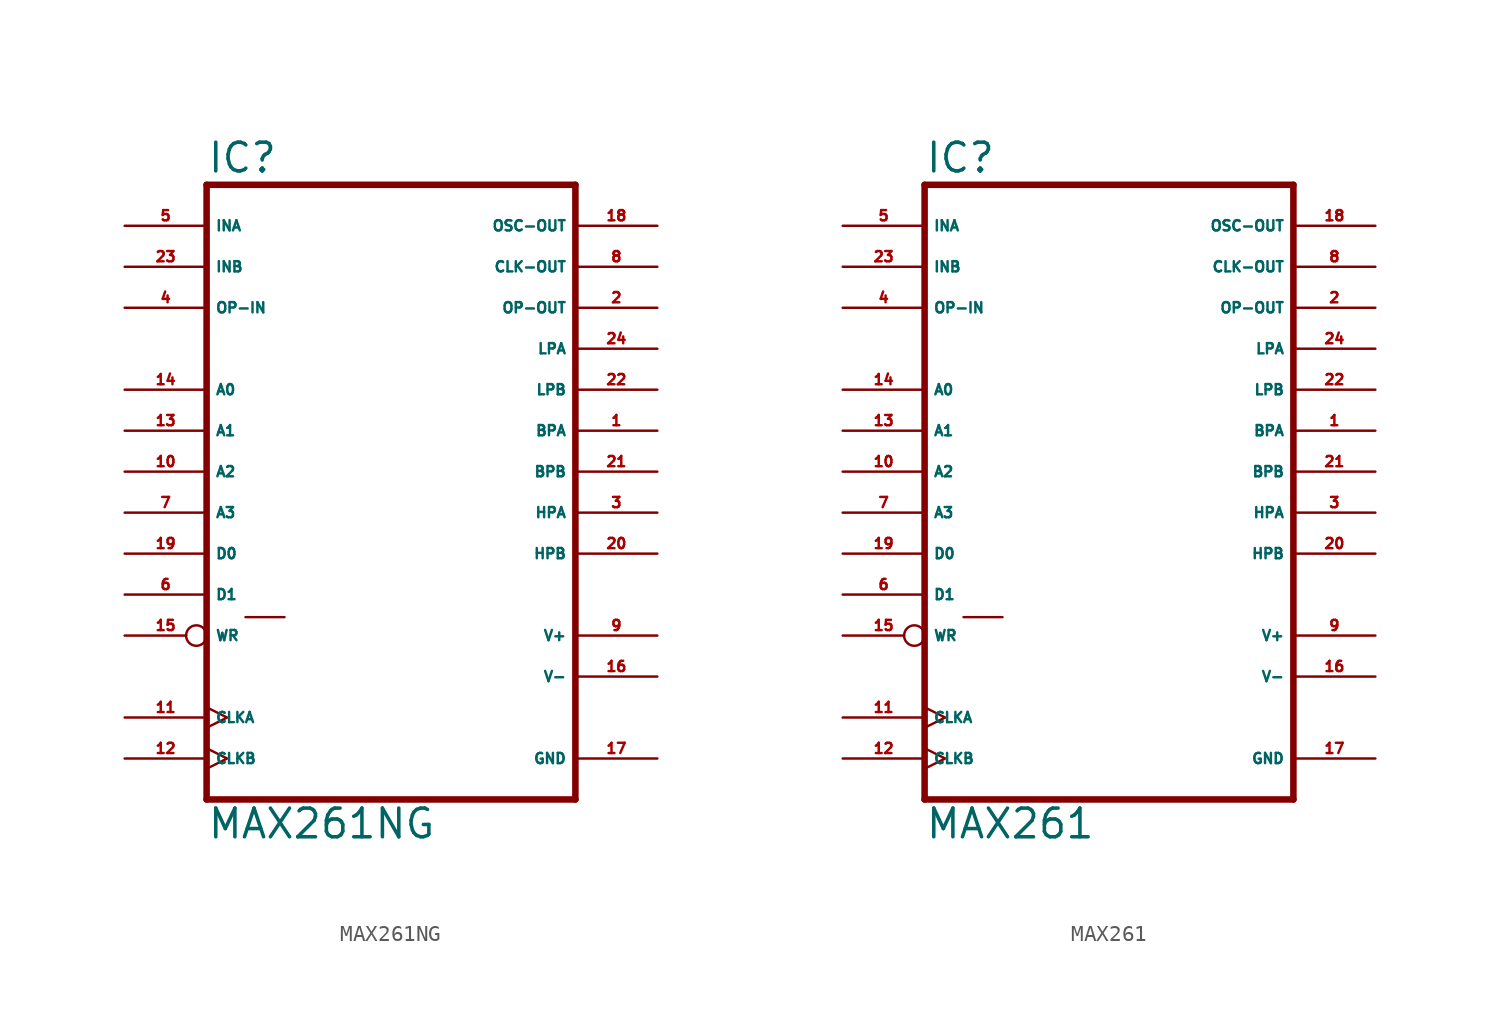
<source format=kicad_sym>
(kicad_symbol_lib
  (version 20220914)
  (generator Eagle2Kicad)
  (symbol "MAX261NG"
    (property "Reference" "IC"
      (at -12.7 18.415 0)
      (effects (font (size 1.778 1.778) (thickness 0.22)) (justify left bottom)))
    (property "Value" "MAX261NG"
      (at -12.7 -22.86 0)
      (effects (font (size 1.778 1.778) (thickness 0.22)) (justify left bottom)))
    (polyline
      (pts (xy 10.16 -20.32) (xy -12.7 -20.32))
      (stroke (width 0.406) (type default))
      (fill (type none)))
    (polyline
      (pts (xy -12.7 17.78) (xy -12.7 -20.32))
      (stroke (width 0.406) (type default))
      (fill (type none)))
    (polyline
      (pts (xy -12.7 17.78) (xy 10.16 17.78))
      (stroke (width 0.406) (type default))
      (fill (type none)))
    (polyline
      (pts (xy 10.16 -20.32) (xy 10.16 17.78))
      (stroke (width 0.406) (type default))
      (fill (type none)))
    (polyline
      (pts (xy -10.287 -9.017) (xy -7.874 -9.017))
      (stroke (width 0.152) (type default))
      (fill (type none)))
    (pin input line
      (at -17.78 15.24 0)
      (length 5.08)
      (name "INA" (effects (font (size 0.635 0.635) (thickness 0.08)) (justify left bottom)))
      (number "5" (effects (font (size 0.635 0.635) (thickness 0.08)) (justify left bottom))))
    (pin output line
      (at 15.24 -2.54 180)
      (length 5.08)
      (name "HPA" (effects (font (size 0.635 0.635) (thickness 0.08)) (justify left bottom)))
      (number "3" (effects (font (size 0.635 0.635) (thickness 0.08)) (justify left bottom))))
    (pin output line
      (at 15.24 -5.08 180)
      (length 5.08)
      (name "HPB" (effects (font (size 0.635 0.635) (thickness 0.08)) (justify left bottom)))
      (number "20" (effects (font (size 0.635 0.635) (thickness 0.08)) (justify left bottom))))
    (pin output line
      (at 15.24 0 180)
      (length 5.08)
      (name "BPB" (effects (font (size 0.635 0.635) (thickness 0.08)) (justify left bottom)))
      (number "21" (effects (font (size 0.635 0.635) (thickness 0.08)) (justify left bottom))))
    (pin output line
      (at 15.24 2.54 180)
      (length 5.08)
      (name "BPA" (effects (font (size 0.635 0.635) (thickness 0.08)) (justify left bottom)))
      (number "1" (effects (font (size 0.635 0.635) (thickness 0.08)) (justify left bottom))))
    (pin input line
      (at -17.78 -5.08 0)
      (length 5.08)
      (name "D0" (effects (font (size 0.635 0.635) (thickness 0.08)) (justify left bottom)))
      (number "19" (effects (font (size 0.635 0.635) (thickness 0.08)) (justify left bottom))))
    (pin input line
      (at -17.78 -7.62 0)
      (length 5.08)
      (name "D1" (effects (font (size 0.635 0.635) (thickness 0.08)) (justify left bottom)))
      (number "6" (effects (font (size 0.635 0.635) (thickness 0.08)) (justify left bottom))))
    (pin input line
      (at -17.78 5.08 0)
      (length 5.08)
      (name "A0" (effects (font (size 0.635 0.635) (thickness 0.08)) (justify left bottom)))
      (number "14" (effects (font (size 0.635 0.635) (thickness 0.08)) (justify left bottom))))
    (pin input line
      (at -17.78 2.54 0)
      (length 5.08)
      (name "A1" (effects (font (size 0.635 0.635) (thickness 0.08)) (justify left bottom)))
      (number "13" (effects (font (size 0.635 0.635) (thickness 0.08)) (justify left bottom))))
    (pin input line
      (at -17.78 0 0)
      (length 5.08)
      (name "A2" (effects (font (size 0.635 0.635) (thickness 0.08)) (justify left bottom)))
      (number "10" (effects (font (size 0.635 0.635) (thickness 0.08)) (justify left bottom))))
    (pin input line
      (at -17.78 -2.54 0)
      (length 5.08)
      (name "A3" (effects (font (size 0.635 0.635) (thickness 0.08)) (justify left bottom)))
      (number "7" (effects (font (size 0.635 0.635) (thickness 0.08)) (justify left bottom))))
    (pin input clock
      (at -17.78 -15.24 0)
      (length 5.08)
      (name "CLKA" (effects (font (size 0.635 0.635) (thickness 0.08)) (justify left bottom)))
      (number "11" (effects (font (size 0.635 0.635) (thickness 0.08)) (justify left bottom))))
    (pin input clock
      (at -17.78 -17.78 0)
      (length 5.08)
      (name "CLKB" (effects (font (size 0.635 0.635) (thickness 0.08)) (justify left bottom)))
      (number "12" (effects (font (size 0.635 0.635) (thickness 0.08)) (justify left bottom))))
    (pin output line
      (at 15.24 12.7 180)
      (length 5.08)
      (name "CLK-OUT" (effects (font (size 0.635 0.635) (thickness 0.08)) (justify left bottom)))
      (number "8" (effects (font (size 0.635 0.635) (thickness 0.08)) (justify left bottom))))
    (pin input inverted
      (at -17.78 -10.16 0)
      (length 5.08)
      (name "WR" (effects (font (size 0.635 0.635) (thickness 0.08)) (justify left bottom)))
      (number "15" (effects (font (size 0.635 0.635) (thickness 0.08)) (justify left bottom))))
    (pin input line
      (at 15.24 15.24 180)
      (length 5.08)
      (name "OSC-OUT" (effects (font (size 0.635 0.635) (thickness 0.08)) (justify left bottom)))
      (number "18" (effects (font (size 0.635 0.635) (thickness 0.08)) (justify left bottom))))
    (pin output line
      (at 15.24 7.62 180)
      (length 5.08)
      (name "LPA" (effects (font (size 0.635 0.635) (thickness 0.08)) (justify left bottom)))
      (number "24" (effects (font (size 0.635 0.635) (thickness 0.08)) (justify left bottom))))
    (pin output line
      (at 15.24 5.08 180)
      (length 5.08)
      (name "LPB" (effects (font (size 0.635 0.635) (thickness 0.08)) (justify left bottom)))
      (number "22" (effects (font (size 0.635 0.635) (thickness 0.08)) (justify left bottom))))
    (pin unspecified line
      (at 15.24 -10.16 180)
      (length 5.08)
      (name "V+" (effects (font (size 0.635 0.635) (thickness 0.08)) (justify left bottom)))
      (number "9" (effects (font (size 0.635 0.635) (thickness 0.08)) (justify left bottom))))
    (pin unspecified line
      (at 15.24 -12.7 180)
      (length 5.08)
      (name "V-" (effects (font (size 0.635 0.635) (thickness 0.08)) (justify left bottom)))
      (number "16" (effects (font (size 0.635 0.635) (thickness 0.08)) (justify left bottom))))
    (pin unspecified line
      (at 15.24 -17.78 180)
      (length 5.08)
      (name "GND" (effects (font (size 0.635 0.635) (thickness 0.08)) (justify left bottom)))
      (number "17" (effects (font (size 0.635 0.635) (thickness 0.08)) (justify left bottom))))
    (pin input line
      (at -17.78 12.7 0)
      (length 5.08)
      (name "INB" (effects (font (size 0.635 0.635) (thickness 0.08)) (justify left bottom)))
      (number "23" (effects (font (size 0.635 0.635) (thickness 0.08)) (justify left bottom))))
    (pin output line
      (at 15.24 10.16 180)
      (length 5.08)
      (name "OP-OUT" (effects (font (size 0.635 0.635) (thickness 0.08)) (justify left bottom)))
      (number "2" (effects (font (size 0.635 0.635) (thickness 0.08)) (justify left bottom))))
    (pin input line
      (at -17.78 10.16 0)
      (length 5.08)
      (name "OP-IN" (effects (font (size 0.635 0.635) (thickness 0.08)) (justify left bottom)))
      (number "4" (effects (font (size 0.635 0.635) (thickness 0.08)) (justify left bottom)))))
  (symbol "MAX261"
    (property "Reference" "IC"
      (at -12.7 18.415 0)
      (effects (font (size 1.778 1.778) (thickness 0.22)) (justify left bottom)))
    (property "Value" "MAX261"
      (at -12.7 -22.86 0)
      (effects (font (size 1.778 1.778) (thickness 0.22)) (justify left bottom)))
    (polyline
      (pts (xy 10.16 -20.32) (xy -12.7 -20.32))
      (stroke (width 0.406) (type default))
      (fill (type none)))
    (polyline
      (pts (xy -12.7 17.78) (xy -12.7 -20.32))
      (stroke (width 0.406) (type default))
      (fill (type none)))
    (polyline
      (pts (xy -12.7 17.78) (xy 10.16 17.78))
      (stroke (width 0.406) (type default))
      (fill (type none)))
    (polyline
      (pts (xy 10.16 -20.32) (xy 10.16 17.78))
      (stroke (width 0.406) (type default))
      (fill (type none)))
    (polyline
      (pts (xy -10.287 -9.017) (xy -7.874 -9.017))
      (stroke (width 0.152) (type default))
      (fill (type none)))
    (pin input line
      (at -17.78 15.24 0)
      (length 5.08)
      (name "INA" (effects (font (size 0.635 0.635) (thickness 0.08)) (justify left bottom)))
      (number "5" (effects (font (size 0.635 0.635) (thickness 0.08)) (justify left bottom))))
    (pin output line
      (at 15.24 -2.54 180)
      (length 5.08)
      (name "HPA" (effects (font (size 0.635 0.635) (thickness 0.08)) (justify left bottom)))
      (number "3" (effects (font (size 0.635 0.635) (thickness 0.08)) (justify left bottom))))
    (pin output line
      (at 15.24 -5.08 180)
      (length 5.08)
      (name "HPB" (effects (font (size 0.635 0.635) (thickness 0.08)) (justify left bottom)))
      (number "20" (effects (font (size 0.635 0.635) (thickness 0.08)) (justify left bottom))))
    (pin output line
      (at 15.24 0 180)
      (length 5.08)
      (name "BPB" (effects (font (size 0.635 0.635) (thickness 0.08)) (justify left bottom)))
      (number "21" (effects (font (size 0.635 0.635) (thickness 0.08)) (justify left bottom))))
    (pin output line
      (at 15.24 2.54 180)
      (length 5.08)
      (name "BPA" (effects (font (size 0.635 0.635) (thickness 0.08)) (justify left bottom)))
      (number "1" (effects (font (size 0.635 0.635) (thickness 0.08)) (justify left bottom))))
    (pin input line
      (at -17.78 -5.08 0)
      (length 5.08)
      (name "D0" (effects (font (size 0.635 0.635) (thickness 0.08)) (justify left bottom)))
      (number "19" (effects (font (size 0.635 0.635) (thickness 0.08)) (justify left bottom))))
    (pin input line
      (at -17.78 -7.62 0)
      (length 5.08)
      (name "D1" (effects (font (size 0.635 0.635) (thickness 0.08)) (justify left bottom)))
      (number "6" (effects (font (size 0.635 0.635) (thickness 0.08)) (justify left bottom))))
    (pin input line
      (at -17.78 5.08 0)
      (length 5.08)
      (name "A0" (effects (font (size 0.635 0.635) (thickness 0.08)) (justify left bottom)))
      (number "14" (effects (font (size 0.635 0.635) (thickness 0.08)) (justify left bottom))))
    (pin input line
      (at -17.78 2.54 0)
      (length 5.08)
      (name "A1" (effects (font (size 0.635 0.635) (thickness 0.08)) (justify left bottom)))
      (number "13" (effects (font (size 0.635 0.635) (thickness 0.08)) (justify left bottom))))
    (pin input line
      (at -17.78 0 0)
      (length 5.08)
      (name "A2" (effects (font (size 0.635 0.635) (thickness 0.08)) (justify left bottom)))
      (number "10" (effects (font (size 0.635 0.635) (thickness 0.08)) (justify left bottom))))
    (pin input line
      (at -17.78 -2.54 0)
      (length 5.08)
      (name "A3" (effects (font (size 0.635 0.635) (thickness 0.08)) (justify left bottom)))
      (number "7" (effects (font (size 0.635 0.635) (thickness 0.08)) (justify left bottom))))
    (pin input clock
      (at -17.78 -15.24 0)
      (length 5.08)
      (name "CLKA" (effects (font (size 0.635 0.635) (thickness 0.08)) (justify left bottom)))
      (number "11" (effects (font (size 0.635 0.635) (thickness 0.08)) (justify left bottom))))
    (pin input clock
      (at -17.78 -17.78 0)
      (length 5.08)
      (name "CLKB" (effects (font (size 0.635 0.635) (thickness 0.08)) (justify left bottom)))
      (number "12" (effects (font (size 0.635 0.635) (thickness 0.08)) (justify left bottom))))
    (pin output line
      (at 15.24 12.7 180)
      (length 5.08)
      (name "CLK-OUT" (effects (font (size 0.635 0.635) (thickness 0.08)) (justify left bottom)))
      (number "8" (effects (font (size 0.635 0.635) (thickness 0.08)) (justify left bottom))))
    (pin input inverted
      (at -17.78 -10.16 0)
      (length 5.08)
      (name "WR" (effects (font (size 0.635 0.635) (thickness 0.08)) (justify left bottom)))
      (number "15" (effects (font (size 0.635 0.635) (thickness 0.08)) (justify left bottom))))
    (pin input line
      (at 15.24 15.24 180)
      (length 5.08)
      (name "OSC-OUT" (effects (font (size 0.635 0.635) (thickness 0.08)) (justify left bottom)))
      (number "18" (effects (font (size 0.635 0.635) (thickness 0.08)) (justify left bottom))))
    (pin output line
      (at 15.24 7.62 180)
      (length 5.08)
      (name "LPA" (effects (font (size 0.635 0.635) (thickness 0.08)) (justify left bottom)))
      (number "24" (effects (font (size 0.635 0.635) (thickness 0.08)) (justify left bottom))))
    (pin output line
      (at 15.24 5.08 180)
      (length 5.08)
      (name "LPB" (effects (font (size 0.635 0.635) (thickness 0.08)) (justify left bottom)))
      (number "22" (effects (font (size 0.635 0.635) (thickness 0.08)) (justify left bottom))))
    (pin unspecified line
      (at 15.24 -10.16 180)
      (length 5.08)
      (name "V+" (effects (font (size 0.635 0.635) (thickness 0.08)) (justify left bottom)))
      (number "9" (effects (font (size 0.635 0.635) (thickness 0.08)) (justify left bottom))))
    (pin unspecified line
      (at 15.24 -12.7 180)
      (length 5.08)
      (name "V-" (effects (font (size 0.635 0.635) (thickness 0.08)) (justify left bottom)))
      (number "16" (effects (font (size 0.635 0.635) (thickness 0.08)) (justify left bottom))))
    (pin unspecified line
      (at 15.24 -17.78 180)
      (length 5.08)
      (name "GND" (effects (font (size 0.635 0.635) (thickness 0.08)) (justify left bottom)))
      (number "17" (effects (font (size 0.635 0.635) (thickness 0.08)) (justify left bottom))))
    (pin input line
      (at -17.78 12.7 0)
      (length 5.08)
      (name "INB" (effects (font (size 0.635 0.635) (thickness 0.08)) (justify left bottom)))
      (number "23" (effects (font (size 0.635 0.635) (thickness 0.08)) (justify left bottom))))
    (pin output line
      (at 15.24 10.16 180)
      (length 5.08)
      (name "OP-OUT" (effects (font (size 0.635 0.635) (thickness 0.08)) (justify left bottom)))
      (number "2" (effects (font (size 0.635 0.635) (thickness 0.08)) (justify left bottom))))
    (pin input line
      (at -17.78 10.16 0)
      (length 5.08)
      (name "OP-IN" (effects (font (size 0.635 0.635) (thickness 0.08)) (justify left bottom)))
      (number "4" (effects (font (size 0.635 0.635) (thickness 0.08)) (justify left bottom))))))
</source>
